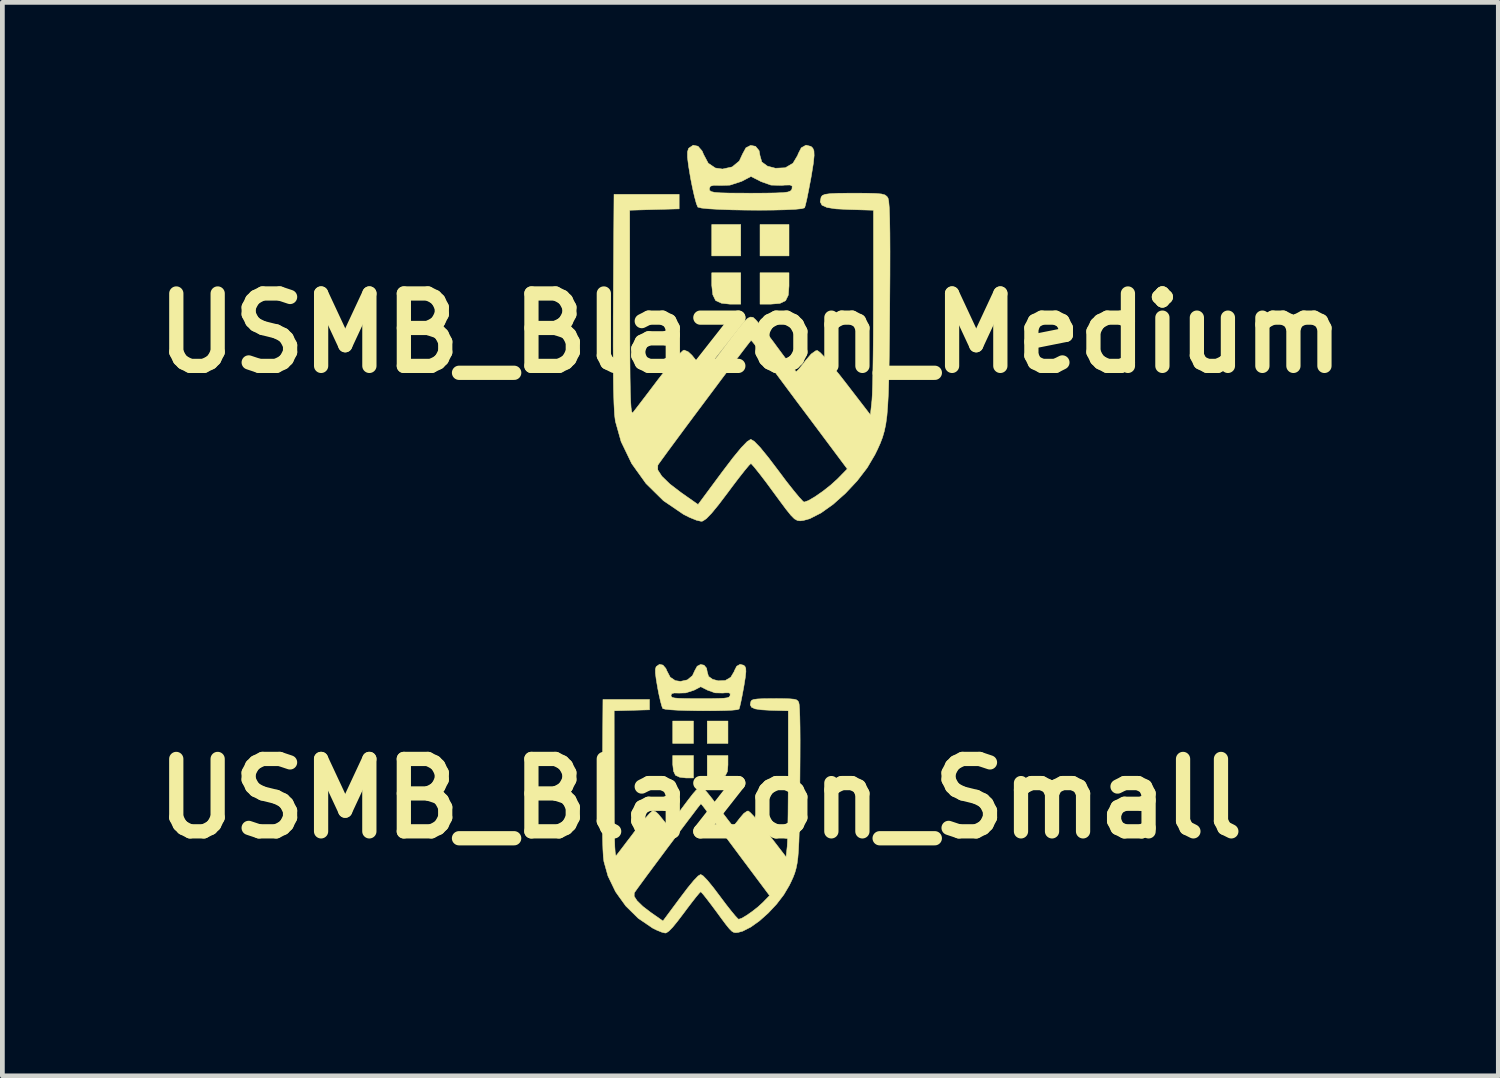
<source format=kicad_pcb>
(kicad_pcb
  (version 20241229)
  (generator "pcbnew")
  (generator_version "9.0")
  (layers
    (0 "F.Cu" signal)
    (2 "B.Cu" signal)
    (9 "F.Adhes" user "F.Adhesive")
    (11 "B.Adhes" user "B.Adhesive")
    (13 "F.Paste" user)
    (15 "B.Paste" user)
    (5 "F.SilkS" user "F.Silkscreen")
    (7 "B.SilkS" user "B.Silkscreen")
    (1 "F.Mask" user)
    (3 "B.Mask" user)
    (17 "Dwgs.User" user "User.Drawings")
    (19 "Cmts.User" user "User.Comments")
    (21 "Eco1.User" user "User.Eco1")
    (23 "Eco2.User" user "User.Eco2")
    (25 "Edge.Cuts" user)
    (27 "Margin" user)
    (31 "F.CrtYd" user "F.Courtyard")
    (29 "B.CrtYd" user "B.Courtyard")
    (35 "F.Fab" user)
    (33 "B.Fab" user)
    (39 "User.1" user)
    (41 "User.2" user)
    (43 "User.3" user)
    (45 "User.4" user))
  (footprint "USMB_Blazon_Medium"
    (layer "F.Cu")
    (at 12.744 3.962)
    (property "Reference" "USMB_Blazon_Medium" (at 0 0 0) (layer "F.SilkS") (effects (font (size 1.524 1.524) (thickness 0.3))))
    (attr through_hole)
    (fp_poly (pts (xy -0.203 -1.626) (xy -0.813 -1.626) (xy -0.813 -2.286) (xy -0.203 -2.286) (xy -0.203 -1.626)) (stroke (width 0.01) (type solid)) (fill yes) (layer "F.SilkS"))
    (fp_poly (pts (xy 0.813 -1.626) (xy 0.203 -1.626) (xy 0.203 -2.286) (xy 0.813 -2.286) (xy 0.813 -1.626)) (stroke (width 0.01) (type solid)) (fill yes) (layer "F.SilkS"))
    (fp_poly (pts (xy 0.813 -0.992) (xy 0.798 -0.8) (xy 0.741 -0.683) (xy 0.622 -0.626) (xy 0.425 -0.61) (xy 0.41 -0.61) (xy 0.203 -0.61) (xy 0.203 -1.27) (xy 0.813 -1.27) (xy 0.813 -0.992)) (stroke (width 0.01) (type solid)) (fill yes) (layer "F.SilkS"))
    (fp_poly (pts (xy -0.203 -0.61) (xy -0.428 -0.61) (xy -0.608 -0.63) (xy -0.727 -0.684) (xy -0.733 -0.689) (xy -0.791 -0.809) (xy -0.813 -1.006) (xy -0.813 -1.02) (xy -0.813 -1.27) (xy -0.203 -1.27) (xy -0.203 -0.61)) (stroke (width 0.01) (type solid)) (fill yes) (layer "F.SilkS"))
    (fp_poly (pts (xy 1.276 -3.93) (xy 1.314 -3.894) (xy 1.338 -3.838) (xy 1.342 -3.738) (xy 1.326 -3.578) (xy 1.288 -3.341) (xy 1.273 -3.254) (xy 1.229 -3.023) (xy 1.19 -2.828) (xy 1.158 -2.692) (xy 1.141 -2.638) (xy 1.081 -2.62) (xy 0.937 -2.606) (xy 0.728 -2.596) (xy 0.472 -2.59) (xy 0.187 -2.588) (xy -0.108 -2.59) (xy -0.395 -2.595) (xy -0.657 -2.605) (xy -0.874 -2.617) (xy -1.029 -2.633) (xy -1.104 -2.652) (xy -1.107 -2.654) (xy -1.137 -2.728) (xy -1.178 -2.879) (xy -1.213 -3.035) (xy -0.864 -3.035) (xy -0.856 -3.003) (xy -0.823 -2.979) (xy -0.752 -2.963) (xy -0.628 -2.953) (xy -0.437 -2.948) (xy -0.165 -2.947) (xy -0.006 -2.946) (xy 0.309 -2.947) (xy 0.537 -2.951) (xy 0.692 -2.958) (xy 0.79 -2.971) (xy 0.844 -2.992) (xy 0.87 -3.021) (xy 0.876 -3.04) (xy 0.88 -3.095) (xy 0.836 -3.118) (xy 0.723 -3.116) (xy 0.662 -3.11) (xy 0.433 -3.116) (xy 0.221 -3.191) (xy 0.219 -3.193) (xy 0.013 -3.298) (xy -0.184 -3.195) (xy -0.431 -3.115) (xy -0.622 -3.109) (xy -0.771 -3.112) (xy -0.843 -3.093) (xy -0.863 -3.043) (xy -0.864 -3.035) (xy -1.213 -3.035) (xy -1.223 -3.082) (xy -1.259 -3.264) (xy -1.302 -3.523) (xy -1.324 -3.701) (xy -1.324 -3.815) (xy -1.303 -3.883) (xy -1.298 -3.892) (xy -1.204 -3.956) (xy -1.102 -3.934) (xy -1.015 -3.833) (xy -0.986 -3.763) (xy -0.887 -3.577) (xy -0.737 -3.476) (xy -0.586 -3.454) (xy -0.383 -3.499) (xy -0.233 -3.623) (xy -0.163 -3.774) (xy -0.094 -3.901) (xy 0.006 -3.952) (xy 0.109 -3.932) (xy 0.183 -3.842) (xy 0.203 -3.734) (xy 0.241 -3.602) (xy 0.36 -3.515) (xy 0.528 -3.471) (xy 0.735 -3.481) (xy 0.896 -3.576) (xy 0.997 -3.745) (xy 1.005 -3.772) (xy 1.071 -3.901) (xy 1.171 -3.957) (xy 1.276 -3.93)) (stroke (width 0.01) (type solid)) (fill yes) (layer "F.SilkS"))
    (fp_poly (pts (xy 2.452 -2.945) (xy 2.64 -2.94) (xy 2.761 -2.929) (xy 2.833 -2.909) (xy 2.875 -2.876) (xy 2.898 -2.841) (xy 2.912 -2.774) (xy 2.924 -2.633) (xy 2.932 -2.412) (xy 2.937 -2.107) (xy 2.939 -1.715) (xy 2.938 -1.23) (xy 2.934 -0.649) (xy 2.933 -0.492) (xy 2.928 0.073) (xy 2.922 0.547) (xy 2.915 0.94) (xy 2.905 1.263) (xy 2.891 1.526) (xy 2.874 1.741) (xy 2.85 1.917) (xy 2.819 2.064) (xy 2.781 2.195) (xy 2.734 2.318) (xy 2.677 2.445) (xy 2.621 2.559) (xy 2.459 2.834) (xy 2.247 3.11) (xy 2.002 3.371) (xy 1.743 3.602) (xy 1.486 3.785) (xy 1.249 3.906) (xy 1.118 3.942) (xy 1.048 3.951) (xy 0.989 3.943) (xy 0.928 3.909) (xy 0.854 3.835) (xy 0.753 3.71) (xy 0.614 3.523) (xy 0.492 3.357) (xy 0.334 3.142) (xy 0.195 2.961) (xy 0.088 2.827) (xy 0.023 2.754) (xy 0.01 2.745) (xy -0.031 2.784) (xy -0.121 2.892) (xy -0.247 3.052) (xy -0.399 3.252) (xy -0.475 3.355) (xy -0.669 3.611) (xy -0.817 3.791) (xy -0.925 3.903) (xy -1.002 3.955) (xy -1.034 3.961) (xy -1.137 3.937) (xy -1.288 3.875) (xy -1.408 3.814) (xy -1.831 3.526) (xy -2.198 3.164) (xy -2.403 2.878) (xy -1.95 2.878) (xy -1.863 3.012) (xy -1.694 3.176) (xy -1.456 3.358) (xy -1.101 3.607) (xy -0.593 2.921) (xy -0.368 2.625) (xy -0.192 2.411) (xy -0.066 2.281) (xy 0.008 2.235) (xy 0.009 2.235) (xy 0.082 2.278) (xy 0.207 2.407) (xy 0.38 2.619) (xy 0.59 2.896) (xy 0.757 3.119) (xy 0.907 3.309) (xy 1.027 3.454) (xy 1.106 3.539) (xy 1.131 3.556) (xy 1.22 3.525) (xy 1.36 3.443) (xy 1.526 3.328) (xy 1.693 3.196) (xy 1.836 3.066) (xy 1.845 3.057) (xy 2.04 2.858) (xy 1.209 1.746) (xy 0.979 1.44) (xy 0.761 1.147) (xy 0.564 0.882) (xy 0.399 0.658) (xy 0.275 0.489) (xy 0.205 0.394) (xy 0.11 0.264) (xy 0.041 0.177) (xy 0.015 0.152) (xy -0.017 0.191) (xy -0.102 0.3) (xy -0.229 0.467) (xy -0.39 0.68) (xy -0.577 0.928) (xy -0.78 1.2) (xy -0.991 1.482) (xy -1.201 1.763) (xy -1.402 2.033) (xy -1.583 2.278) (xy -1.738 2.488) (xy -1.856 2.65) (xy -1.93 2.752) (xy -1.948 2.78) (xy -1.95 2.878) (xy -2.403 2.878) (xy -2.499 2.744) (xy -2.721 2.283) (xy -2.842 1.853) (xy -2.859 1.715) (xy -2.871 1.488) (xy -2.881 1.171) (xy -2.886 0.762) (xy -2.888 0.257) (xy -2.887 -0.346) (xy -2.885 -0.686) (xy -2.87 -2.921) (xy -1.499 -2.921) (xy -1.499 -2.616) (xy -2.019 -2.602) (xy -2.54 -2.587) (xy -2.538 -0.417) (xy -2.537 0.126) (xy -2.535 0.574) (xy -2.532 0.935) (xy -2.527 1.216) (xy -2.52 1.424) (xy -2.511 1.566) (xy -2.499 1.649) (xy -2.486 1.68) (xy -2.475 1.675) (xy -2.424 1.609) (xy -2.323 1.478) (xy -2.186 1.298) (xy -2.025 1.086) (xy -1.942 0.976) (xy -1.774 0.761) (xy -1.622 0.579) (xy -1.499 0.442) (xy -1.417 0.366) (xy -1.395 0.356) (xy -1.309 0.392) (xy -1.231 0.464) (xy -1.131 0.587) (xy -1.041 0.695) (xy -0.94 0.818) (xy -0.545 0.288) (xy -0.36 0.041) (xy -0.223 -0.135) (xy -0.125 -0.249) (xy -0.054 -0.313) (xy 0.000052 -0.338) (xy 0.047 -0.334) (xy 0.059 -0.33) (xy 0.114 -0.28) (xy 0.214 -0.164) (xy 0.347 0.003) (xy 0.499 0.204) (xy 0.535 0.254) (xy 0.685 0.457) (xy 0.813 0.627) (xy 0.909 0.749) (xy 0.961 0.807) (xy 0.965 0.809) (xy 1.007 0.772) (xy 1.087 0.675) (xy 1.16 0.579) (xy 1.28 0.439) (xy 1.378 0.37) (xy 1.412 0.366) (xy 1.47 0.41) (xy 1.577 0.521) (xy 1.719 0.687) (xy 1.887 0.892) (xy 2.011 1.051) (xy 2.526 1.72) (xy 2.559 1.411) (xy 2.566 1.289) (xy 2.573 1.078) (xy 2.579 0.795) (xy 2.584 0.451) (xy 2.588 0.061) (xy 2.59 -0.36) (xy 2.591 -0.742) (xy 2.591 -2.587) (xy 2.075 -2.602) (xy 1.799 -2.616) (xy 1.614 -2.645) (xy 1.507 -2.693) (xy 1.47 -2.764) (xy 1.489 -2.863) (xy 1.515 -2.898) (xy 1.574 -2.922) (xy 1.681 -2.936) (xy 1.854 -2.944) (xy 2.108 -2.946) (xy 2.181 -2.946) (xy 2.452 -2.945)) (stroke (width 0.01) (type solid)) (fill yes) (layer "F.SilkS")))
  (footprint "USMB_Blazon_Small"
    (layer "F.Cu")
    (at 11.691 13.759)
    (property "Reference" "USMB_Blazon_Small" (at 0 0 0) (layer "F.SilkS") (effects (font (size 1.524 1.524) (thickness 0.3))))
    (attr through_hole)
    (fp_poly (pts (xy -0.145 -1.161) (xy -0.581 -1.161) (xy -0.581 -1.633) (xy -0.145 -1.633) (xy -0.145 -1.161)) (stroke (width 0.01) (type solid)) (fill yes) (layer "F.SilkS"))
    (fp_poly (pts (xy 0.581 -1.161) (xy 0.145 -1.161) (xy 0.145 -1.633) (xy 0.581 -1.633) (xy 0.581 -1.161)) (stroke (width 0.01) (type solid)) (fill yes) (layer "F.SilkS"))
    (fp_poly (pts (xy 0.581 -0.709) (xy 0.57 -0.571) (xy 0.529 -0.488) (xy 0.445 -0.447) (xy 0.304 -0.435) (xy 0.293 -0.435) (xy 0.145 -0.435) (xy 0.145 -0.907) (xy 0.581 -0.907) (xy 0.581 -0.709)) (stroke (width 0.01) (type solid)) (fill yes) (layer "F.SilkS"))
    (fp_poly (pts (xy -0.145 -0.435) (xy -0.306 -0.435) (xy -0.434 -0.45) (xy -0.52 -0.489) (xy -0.524 -0.492) (xy -0.565 -0.578) (xy -0.581 -0.718) (xy -0.581 -0.728) (xy -0.581 -0.907) (xy -0.145 -0.907) (xy -0.145 -0.435)) (stroke (width 0.01) (type solid)) (fill yes) (layer "F.SilkS"))
    (fp_poly (pts (xy 0.912 -2.807) (xy 0.939 -2.782) (xy 0.956 -2.741) (xy 0.959 -2.67) (xy 0.947 -2.556) (xy 0.92 -2.386) (xy 0.909 -2.324) (xy 0.878 -2.159) (xy 0.85 -2.02) (xy 0.827 -1.923) (xy 0.815 -1.885) (xy 0.772 -1.871) (xy 0.669 -1.861) (xy 0.52 -1.854) (xy 0.337 -1.85) (xy 0.134 -1.849) (xy -0.077 -1.85) (xy -0.282 -1.854) (xy -0.469 -1.86) (xy -0.624 -1.869) (xy -0.735 -1.881) (xy -0.789 -1.894) (xy -0.791 -1.896) (xy -0.812 -1.949) (xy -0.841 -2.056) (xy -0.866 -2.168) (xy -0.617 -2.168) (xy -0.611 -2.145) (xy -0.588 -2.128) (xy -0.537 -2.117) (xy -0.449 -2.11) (xy -0.312 -2.106) (xy -0.118 -2.105) (xy -0.004 -2.105) (xy 0.221 -2.105) (xy 0.384 -2.108) (xy 0.495 -2.113) (xy 0.564 -2.122) (xy 0.603 -2.137) (xy 0.621 -2.158) (xy 0.626 -2.171) (xy 0.628 -2.211) (xy 0.597 -2.227) (xy 0.517 -2.226) (xy 0.473 -2.222) (xy 0.309 -2.226) (xy 0.158 -2.28) (xy 0.156 -2.28) (xy 0.009 -2.355) (xy -0.132 -2.282) (xy -0.308 -2.225) (xy -0.445 -2.221) (xy -0.55 -2.223) (xy -0.602 -2.209) (xy -0.617 -2.174) (xy -0.617 -2.168) (xy -0.866 -2.168) (xy -0.874 -2.202) (xy -0.899 -2.331) (xy -0.93 -2.516) (xy -0.946 -2.643) (xy -0.946 -2.725) (xy -0.931 -2.774) (xy -0.927 -2.78) (xy -0.86 -2.826) (xy -0.787 -2.81) (xy -0.725 -2.738) (xy -0.704 -2.688) (xy -0.634 -2.555) (xy -0.526 -2.483) (xy -0.418 -2.467) (xy -0.273 -2.499) (xy -0.166 -2.588) (xy -0.116 -2.696) (xy -0.067 -2.786) (xy 0.005 -2.823) (xy 0.078 -2.808) (xy 0.131 -2.745) (xy 0.145 -2.667) (xy 0.172 -2.573) (xy 0.257 -2.511) (xy 0.377 -2.479) (xy 0.525 -2.486) (xy 0.64 -2.554) (xy 0.712 -2.675) (xy 0.718 -2.694) (xy 0.765 -2.786) (xy 0.836 -2.826) (xy 0.912 -2.807)) (stroke (width 0.01) (type solid)) (fill yes) (layer "F.SilkS"))
    (fp_poly (pts (xy 1.752 -2.104) (xy 1.885 -2.1) (xy 1.972 -2.092) (xy 2.024 -2.078) (xy 2.053 -2.055) (xy 2.07 -2.029) (xy 2.08 -1.982) (xy 2.088 -1.88) (xy 2.094 -1.723) (xy 2.098 -1.505) (xy 2.1 -1.225) (xy 2.099 -0.879) (xy 2.096 -0.464) (xy 2.095 -0.351) (xy 2.091 0.052) (xy 2.087 0.391) (xy 2.082 0.671) (xy 2.075 0.902) (xy 2.065 1.09) (xy 2.053 1.243) (xy 2.036 1.369) (xy 2.014 1.475) (xy 1.987 1.568) (xy 1.953 1.656) (xy 1.912 1.746) (xy 1.872 1.828) (xy 1.756 2.024) (xy 1.605 2.221) (xy 1.43 2.408) (xy 1.245 2.573) (xy 1.061 2.704) (xy 0.892 2.79) (xy 0.798 2.816) (xy 0.748 2.822) (xy 0.706 2.817) (xy 0.663 2.792) (xy 0.61 2.739) (xy 0.538 2.65) (xy 0.438 2.516) (xy 0.352 2.398) (xy 0.238 2.245) (xy 0.139 2.115) (xy 0.063 2.019) (xy 0.016 1.967) (xy 0.007 1.961) (xy -0.022 1.989) (xy -0.086 2.065) (xy -0.176 2.18) (xy -0.285 2.323) (xy -0.339 2.396) (xy -0.478 2.579) (xy -0.583 2.708) (xy -0.661 2.788) (xy -0.716 2.825) (xy -0.739 2.83) (xy -0.812 2.812) (xy -0.92 2.768) (xy -1.006 2.725) (xy -1.308 2.519) (xy -1.57 2.26) (xy -1.717 2.056) (xy -1.393 2.056) (xy -1.331 2.151) (xy -1.21 2.269) (xy -1.04 2.399) (xy -0.787 2.576) (xy -0.424 2.087) (xy -0.263 1.875) (xy -0.137 1.722) (xy -0.047 1.629) (xy 0.006 1.597) (xy 0.007 1.597) (xy 0.059 1.627) (xy 0.148 1.719) (xy 0.272 1.871) (xy 0.421 2.068) (xy 0.541 2.228) (xy 0.648 2.364) (xy 0.733 2.467) (xy 0.79 2.528) (xy 0.808 2.54) (xy 0.872 2.518) (xy 0.972 2.459) (xy 1.09 2.377) (xy 1.21 2.283) (xy 1.312 2.19) (xy 1.318 2.184) (xy 1.457 2.041) (xy 0.863 1.247) (xy 0.7 1.028) (xy 0.544 0.819) (xy 0.403 0.63) (xy 0.285 0.47) (xy 0.196 0.349) (xy 0.147 0.281) (xy 0.079 0.189) (xy 0.029 0.126) (xy 0.011 0.109) (xy -0.012 0.137) (xy -0.073 0.214) (xy -0.163 0.334) (xy -0.279 0.486) (xy -0.412 0.663) (xy -0.557 0.857) (xy -0.708 1.058) (xy -0.858 1.26) (xy -1.001 1.452) (xy -1.131 1.627) (xy -1.241 1.777) (xy -1.326 1.893) (xy -1.378 1.966) (xy -1.391 1.986) (xy -1.393 2.056) (xy -1.717 2.056) (xy -1.785 1.96) (xy -1.944 1.631) (xy -2.03 1.324) (xy -2.042 1.225) (xy -2.051 1.063) (xy -2.058 0.837) (xy -2.062 0.544) (xy -2.063 0.183) (xy -2.062 -0.247) (xy -2.061 -0.49) (xy -2.05 -2.086) (xy -1.07 -2.086) (xy -1.07 -1.869) (xy -1.814 -1.848) (xy -1.813 -0.298) (xy -1.812 0.09) (xy -1.811 0.41) (xy -1.808 0.668) (xy -1.805 0.869) (xy -1.8 1.017) (xy -1.793 1.119) (xy -1.785 1.178) (xy -1.776 1.2) (xy -1.768 1.196) (xy -1.731 1.149) (xy -1.659 1.055) (xy -1.562 0.927) (xy -1.446 0.776) (xy -1.387 0.697) (xy -1.267 0.544) (xy -1.158 0.413) (xy -1.071 0.316) (xy -1.012 0.262) (xy -0.996 0.254) (xy -0.935 0.28) (xy -0.88 0.331) (xy -0.808 0.419) (xy -0.744 0.497) (xy -0.671 0.585) (xy -0.39 0.206) (xy -0.257 0.029) (xy -0.16 -0.096) (xy -0.089 -0.178) (xy -0.038 -0.224) (xy 0.000037 -0.241) (xy 0.034 -0.238) (xy 0.042 -0.236) (xy 0.081 -0.2) (xy 0.153 -0.117) (xy 0.248 0.002) (xy 0.356 0.146) (xy 0.382 0.181) (xy 0.489 0.327) (xy 0.581 0.448) (xy 0.649 0.535) (xy 0.686 0.576) (xy 0.689 0.578) (xy 0.719 0.551) (xy 0.776 0.482) (xy 0.828 0.414) (xy 0.914 0.313) (xy 0.985 0.264) (xy 1.009 0.261) (xy 1.05 0.293) (xy 1.126 0.372) (xy 1.228 0.491) (xy 1.348 0.637) (xy 1.437 0.751) (xy 1.804 1.228) (xy 1.828 1.008) (xy 1.833 0.92) (xy 1.838 0.77) (xy 1.842 0.568) (xy 1.846 0.322) (xy 1.848 0.044) (xy 1.85 -0.257) (xy 1.851 -0.53) (xy 1.851 -1.848) (xy 1.483 -1.858) (xy 1.285 -1.869) (xy 1.153 -1.889) (xy 1.077 -1.923) (xy 1.05 -1.975) (xy 1.064 -2.045) (xy 1.082 -2.07) (xy 1.124 -2.087) (xy 1.201 -2.097) (xy 1.324 -2.103) (xy 1.506 -2.105) (xy 1.558 -2.105) (xy 1.752 -2.104)) (stroke (width 0.01) (type solid)) (fill yes) (layer "F.SilkS")))
  (gr_rect
    (start -3 -3)
    (end 28.487 19.594)
    (stroke (width 0.1) (type default))
    (fill no)
    (layer "Edge.Cuts")))
</source>
